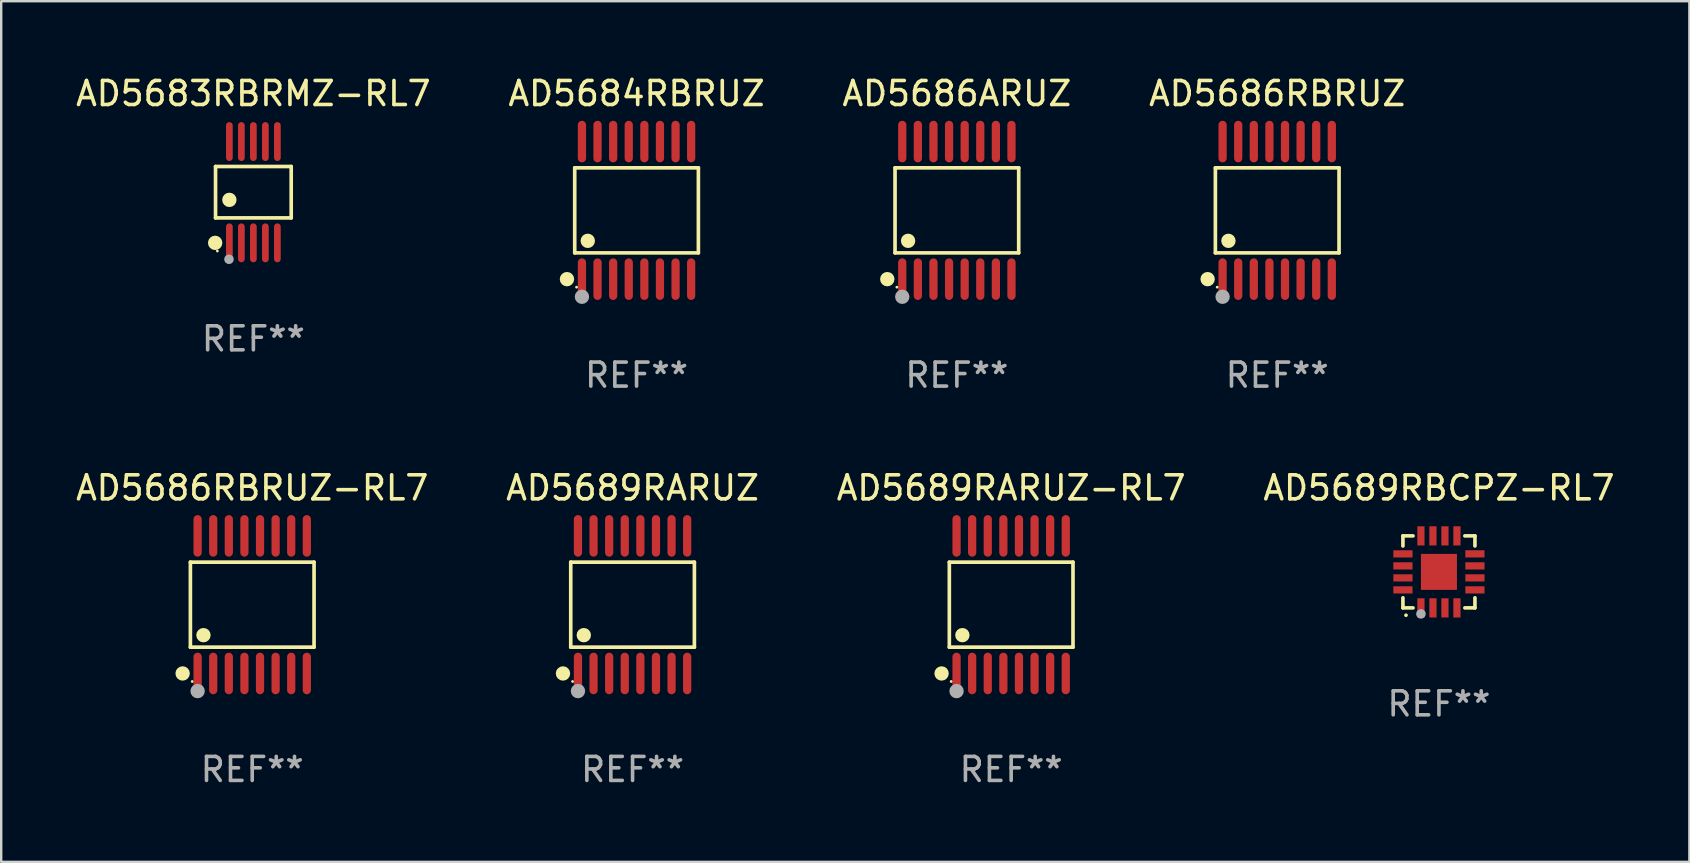
<source format=kicad_pcb>
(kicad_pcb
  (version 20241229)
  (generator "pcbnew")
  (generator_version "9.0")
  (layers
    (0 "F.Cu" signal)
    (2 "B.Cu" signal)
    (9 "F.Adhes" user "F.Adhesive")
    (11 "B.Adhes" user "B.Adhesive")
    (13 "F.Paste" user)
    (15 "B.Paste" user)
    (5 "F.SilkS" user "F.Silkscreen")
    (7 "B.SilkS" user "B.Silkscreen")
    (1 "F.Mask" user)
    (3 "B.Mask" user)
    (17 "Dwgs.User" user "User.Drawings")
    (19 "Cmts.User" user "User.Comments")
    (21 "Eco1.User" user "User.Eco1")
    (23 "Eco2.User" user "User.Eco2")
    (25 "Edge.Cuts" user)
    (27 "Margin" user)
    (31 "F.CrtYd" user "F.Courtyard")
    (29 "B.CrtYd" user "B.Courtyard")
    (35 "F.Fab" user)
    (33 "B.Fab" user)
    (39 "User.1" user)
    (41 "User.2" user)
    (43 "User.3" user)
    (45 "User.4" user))
  (footprint "AD5683RBRMZ-RL7"
    (layer "F.Cu")
    (at 7.506 4.958)
    (property "Reference" "AD5683RBRMZ-RL7" (at 0 -4.11 0) (layer "F.SilkS") (effects (font (size 1 1) (thickness 0.15))))
    (attr through_hole)
    (fp_line (start -1.576 -1.071) (end 1.576 -1.071) (stroke (width 0.152) (type solid)) (layer "F.SilkS"))
    (fp_line (start -1.576 1.071) (end -1.576 -1.071) (stroke (width 0.152) (type solid)) (layer "F.SilkS"))
    (fp_line (start 1.576 -1.071) (end 1.576 1.071) (stroke (width 0.152) (type solid)) (layer "F.SilkS"))
    (fp_line (start 1.576 1.071) (end -1.576 1.071) (stroke (width 0.152) (type solid)) (layer "F.SilkS"))
    (fp_circle (center -1.592 2.11) (end -1.442 2.11) (stroke (width 0.3) (type solid)) (fill no) (layer "F.SilkS"))
    (fp_circle (center -1.5 2.45) (end -1.47 2.45) (stroke (width 0.06) (type solid)) (fill no) (layer "F.SilkS"))
    (fp_circle (center -1 0.319) (end -0.85 0.319) (stroke (width 0.3) (type solid)) (fill no) (layer "F.SilkS"))
    (fp_circle (center -1.016 2.794) (end -0.916 2.794) (stroke (width 0.2) (type solid)) (fill no) (layer "F.Fab"))
    (fp_text user "REF**" (at 0 6.11 0) (layer "F.Fab") (effects (font (size 1 1) (thickness 0.15))))
    (pad "1" smd oval (at -1 2.11) (size 0.28 1.62) (layers "F.Cu" "F.Mask" "F.Paste"))
    (pad "2" smd oval (at -0.5 2.11) (size 0.28 1.62) (layers "F.Cu" "F.Mask" "F.Paste"))
    (pad "3" smd oval (at 0 2.11) (size 0.28 1.62) (layers "F.Cu" "F.Mask" "F.Paste"))
    (pad "4" smd oval (at 0.5 2.11) (size 0.28 1.62) (layers "F.Cu" "F.Mask" "F.Paste"))
    (pad "5" smd oval (at 1 2.11) (size 0.28 1.62) (layers "F.Cu" "F.Mask" "F.Paste"))
    (pad "6" smd oval (at 1 -2.11) (size 0.28 1.62) (layers "F.Cu" "F.Mask" "F.Paste"))
    (pad "7" smd oval (at 0.5 -2.11) (size 0.28 1.62) (layers "F.Cu" "F.Mask" "F.Paste"))
    (pad "8" smd oval (at 0 -2.11) (size 0.28 1.62) (layers "F.Cu" "F.Mask" "F.Paste"))
    (pad "9" smd oval (at -0.5 -2.11) (size 0.28 1.62) (layers "F.Cu" "F.Mask" "F.Paste"))
    (pad "10" smd oval (at -1 -2.11) (size 0.28 1.62) (layers "F.Cu" "F.Mask" "F.Paste")))
  (footprint "AD5689RARUZ-RL7"
    (layer "F.Cu")
    (at 39.077 22.142)
    (property "Reference" "AD5689RARUZ-RL7" (at 0 -4.866 0) (layer "F.SilkS") (effects (font (size 1 1) (thickness 0.15))))
    (attr through_hole)
    (fp_line (start -2.576 -1.772) (end 2.576 -1.772) (stroke (width 0.152) (type solid)) (layer "F.SilkS"))
    (fp_line (start -2.576 1.771) (end -2.576 -1.772) (stroke (width 0.152) (type solid)) (layer "F.SilkS"))
    (fp_line (start 2.576 -1.772) (end 2.576 1.771) (stroke (width 0.152) (type solid)) (layer "F.SilkS"))
    (fp_line (start 2.576 1.771) (end -2.576 1.771) (stroke (width 0.152) (type solid)) (layer "F.SilkS"))
    (fp_circle (center -2.899 2.866) (end -2.749 2.866) (stroke (width 0.3) (type solid)) (fill no) (layer "F.SilkS"))
    (fp_circle (center -2.5 3.2) (end -2.47 3.2) (stroke (width 0.06) (type solid)) (fill no) (layer "F.SilkS"))
    (fp_circle (center -2.032 1.27) (end -1.882 1.27) (stroke (width 0.3) (type solid)) (fill no) (layer "F.SilkS"))
    (fp_circle (center -2.275 3.6) (end -2.125 3.6) (stroke (width 0.3) (type solid)) (fill no) (layer "F.Fab"))
    (fp_text user "REF**" (at 0 6.866 0) (layer "F.Fab") (effects (font (size 1 1) (thickness 0.15))))
    (pad "1" smd oval (at -2.275 2.866) (size 0.343 1.731) (layers "F.Cu" "F.Mask" "F.Paste"))
    (pad "2" smd oval (at -1.625 2.866) (size 0.343 1.731) (layers "F.Cu" "F.Mask" "F.Paste"))
    (pad "3" smd oval (at -0.975 2.866) (size 0.343 1.731) (layers "F.Cu" "F.Mask" "F.Paste"))
    (pad "4" smd oval (at -0.325 2.866) (size 0.343 1.731) (layers "F.Cu" "F.Mask" "F.Paste"))
    (pad "5" smd oval (at 0.325 2.866) (size 0.343 1.731) (layers "F.Cu" "F.Mask" "F.Paste"))
    (pad "6" smd oval (at 0.975 2.866) (size 0.343 1.731) (layers "F.Cu" "F.Mask" "F.Paste"))
    (pad "7" smd oval (at 1.625 2.866) (size 0.343 1.731) (layers "F.Cu" "F.Mask" "F.Paste"))
    (pad "8" smd oval (at 2.275 2.866) (size 0.343 1.731) (layers "F.Cu" "F.Mask" "F.Paste"))
    (pad "9" smd oval (at 2.275 -2.866) (size 0.343 1.731) (layers "F.Cu" "F.Mask" "F.Paste"))
    (pad "10" smd oval (at 1.625 -2.866) (size 0.343 1.731) (layers "F.Cu" "F.Mask" "F.Paste"))
    (pad "11" smd oval (at 0.975 -2.866) (size 0.343 1.731) (layers "F.Cu" "F.Mask" "F.Paste"))
    (pad "12" smd oval (at 0.325 -2.866) (size 0.343 1.731) (layers "F.Cu" "F.Mask" "F.Paste"))
    (pad "13" smd oval (at -0.325 -2.866) (size 0.343 1.731) (layers "F.Cu" "F.Mask" "F.Paste"))
    (pad "14" smd oval (at -0.975 -2.866) (size 0.343 1.731) (layers "F.Cu" "F.Mask" "F.Paste"))
    (pad "15" smd oval (at -1.625 -2.866) (size 0.343 1.731) (layers "F.Cu" "F.Mask" "F.Paste"))
    (pad "16" smd oval (at -2.275 -2.866) (size 0.343 1.731) (layers "F.Cu" "F.Mask" "F.Paste")))
  (footprint "AD5686RBRUZ"
    (layer "F.Cu")
    (at 50.161 5.714)
    (property "Reference" "AD5686RBRUZ" (at 0 -4.866 0) (layer "F.SilkS") (effects (font (size 1 1) (thickness 0.15))))
    (attr through_hole)
    (fp_line (start -2.576 -1.772) (end 2.576 -1.772) (stroke (width 0.152) (type solid)) (layer "F.SilkS"))
    (fp_line (start -2.576 1.771) (end -2.576 -1.772) (stroke (width 0.152) (type solid)) (layer "F.SilkS"))
    (fp_line (start 2.576 -1.772) (end 2.576 1.771) (stroke (width 0.152) (type solid)) (layer "F.SilkS"))
    (fp_line (start 2.576 1.771) (end -2.576 1.771) (stroke (width 0.152) (type solid)) (layer "F.SilkS"))
    (fp_circle (center -2.899 2.866) (end -2.749 2.866) (stroke (width 0.3) (type solid)) (fill no) (layer "F.SilkS"))
    (fp_circle (center -2.5 3.2) (end -2.47 3.2) (stroke (width 0.06) (type solid)) (fill no) (layer "F.SilkS"))
    (fp_circle (center -2.032 1.27) (end -1.882 1.27) (stroke (width 0.3) (type solid)) (fill no) (layer "F.SilkS"))
    (fp_circle (center -2.275 3.6) (end -2.125 3.6) (stroke (width 0.3) (type solid)) (fill no) (layer "F.Fab"))
    (fp_text user "REF**" (at 0 6.866 0) (layer "F.Fab") (effects (font (size 1 1) (thickness 0.15))))
    (pad "1" smd oval (at -2.275 2.866) (size 0.343 1.731) (layers "F.Cu" "F.Mask" "F.Paste"))
    (pad "2" smd oval (at -1.625 2.866) (size 0.343 1.731) (layers "F.Cu" "F.Mask" "F.Paste"))
    (pad "3" smd oval (at -0.975 2.866) (size 0.343 1.731) (layers "F.Cu" "F.Mask" "F.Paste"))
    (pad "4" smd oval (at -0.325 2.866) (size 0.343 1.731) (layers "F.Cu" "F.Mask" "F.Paste"))
    (pad "5" smd oval (at 0.325 2.866) (size 0.343 1.731) (layers "F.Cu" "F.Mask" "F.Paste"))
    (pad "6" smd oval (at 0.975 2.866) (size 0.343 1.731) (layers "F.Cu" "F.Mask" "F.Paste"))
    (pad "7" smd oval (at 1.625 2.866) (size 0.343 1.731) (layers "F.Cu" "F.Mask" "F.Paste"))
    (pad "8" smd oval (at 2.275 2.866) (size 0.343 1.731) (layers "F.Cu" "F.Mask" "F.Paste"))
    (pad "9" smd oval (at 2.275 -2.866) (size 0.343 1.731) (layers "F.Cu" "F.Mask" "F.Paste"))
    (pad "10" smd oval (at 1.625 -2.866) (size 0.343 1.731) (layers "F.Cu" "F.Mask" "F.Paste"))
    (pad "11" smd oval (at 0.975 -2.866) (size 0.343 1.731) (layers "F.Cu" "F.Mask" "F.Paste"))
    (pad "12" smd oval (at 0.325 -2.866) (size 0.343 1.731) (layers "F.Cu" "F.Mask" "F.Paste"))
    (pad "13" smd oval (at -0.325 -2.866) (size 0.343 1.731) (layers "F.Cu" "F.Mask" "F.Paste"))
    (pad "14" smd oval (at -0.975 -2.866) (size 0.343 1.731) (layers "F.Cu" "F.Mask" "F.Paste"))
    (pad "15" smd oval (at -1.625 -2.866) (size 0.343 1.731) (layers "F.Cu" "F.Mask" "F.Paste"))
    (pad "16" smd oval (at -2.275 -2.866) (size 0.343 1.731) (layers "F.Cu" "F.Mask" "F.Paste")))
  (footprint "AD5684RBRUZ"
    (layer "F.Cu")
    (at 23.47 5.714)
    (property "Reference" "AD5684RBRUZ" (at 0 -4.866 0) (layer "F.SilkS") (effects (font (size 1 1) (thickness 0.15))))
    (attr through_hole)
    (fp_line (start -2.576 -1.772) (end 2.576 -1.772) (stroke (width 0.152) (type solid)) (layer "F.SilkS"))
    (fp_line (start -2.576 1.771) (end -2.576 -1.772) (stroke (width 0.152) (type solid)) (layer "F.SilkS"))
    (fp_line (start 2.576 -1.772) (end 2.576 1.771) (stroke (width 0.152) (type solid)) (layer "F.SilkS"))
    (fp_line (start 2.576 1.771) (end -2.576 1.771) (stroke (width 0.152) (type solid)) (layer "F.SilkS"))
    (fp_circle (center -2.899 2.866) (end -2.749 2.866) (stroke (width 0.3) (type solid)) (fill no) (layer "F.SilkS"))
    (fp_circle (center -2.5 3.2) (end -2.47 3.2) (stroke (width 0.06) (type solid)) (fill no) (layer "F.SilkS"))
    (fp_circle (center -2.032 1.27) (end -1.882 1.27) (stroke (width 0.3) (type solid)) (fill no) (layer "F.SilkS"))
    (fp_circle (center -2.275 3.6) (end -2.125 3.6) (stroke (width 0.3) (type solid)) (fill no) (layer "F.Fab"))
    (fp_text user "REF**" (at 0 6.866 0) (layer "F.Fab") (effects (font (size 1 1) (thickness 0.15))))
    (pad "1" smd oval (at -2.275 2.866) (size 0.343 1.731) (layers "F.Cu" "F.Mask" "F.Paste"))
    (pad "2" smd oval (at -1.625 2.866) (size 0.343 1.731) (layers "F.Cu" "F.Mask" "F.Paste"))
    (pad "3" smd oval (at -0.975 2.866) (size 0.343 1.731) (layers "F.Cu" "F.Mask" "F.Paste"))
    (pad "4" smd oval (at -0.325 2.866) (size 0.343 1.731) (layers "F.Cu" "F.Mask" "F.Paste"))
    (pad "5" smd oval (at 0.325 2.866) (size 0.343 1.731) (layers "F.Cu" "F.Mask" "F.Paste"))
    (pad "6" smd oval (at 0.975 2.866) (size 0.343 1.731) (layers "F.Cu" "F.Mask" "F.Paste"))
    (pad "7" smd oval (at 1.625 2.866) (size 0.343 1.731) (layers "F.Cu" "F.Mask" "F.Paste"))
    (pad "8" smd oval (at 2.275 2.866) (size 0.343 1.731) (layers "F.Cu" "F.Mask" "F.Paste"))
    (pad "9" smd oval (at 2.275 -2.866) (size 0.343 1.731) (layers "F.Cu" "F.Mask" "F.Paste"))
    (pad "10" smd oval (at 1.625 -2.866) (size 0.343 1.731) (layers "F.Cu" "F.Mask" "F.Paste"))
    (pad "11" smd oval (at 0.975 -2.866) (size 0.343 1.731) (layers "F.Cu" "F.Mask" "F.Paste"))
    (pad "12" smd oval (at 0.325 -2.866) (size 0.343 1.731) (layers "F.Cu" "F.Mask" "F.Paste"))
    (pad "13" smd oval (at -0.325 -2.866) (size 0.343 1.731) (layers "F.Cu" "F.Mask" "F.Paste"))
    (pad "14" smd oval (at -0.975 -2.866) (size 0.343 1.731) (layers "F.Cu" "F.Mask" "F.Paste"))
    (pad "15" smd oval (at -1.625 -2.866) (size 0.343 1.731) (layers "F.Cu" "F.Mask" "F.Paste"))
    (pad "16" smd oval (at -2.275 -2.866) (size 0.343 1.731) (layers "F.Cu" "F.Mask" "F.Paste")))
  (footprint "AD5686RBRUZ-RL7"
    (layer "F.Cu")
    (at 7.458 22.142)
    (property "Reference" "AD5686RBRUZ-RL7" (at 0 -4.866 0) (layer "F.SilkS") (effects (font (size 1 1) (thickness 0.15))))
    (attr through_hole)
    (fp_line (start -2.576 -1.772) (end 2.576 -1.772) (stroke (width 0.152) (type solid)) (layer "F.SilkS"))
    (fp_line (start -2.576 1.771) (end -2.576 -1.772) (stroke (width 0.152) (type solid)) (layer "F.SilkS"))
    (fp_line (start 2.576 -1.772) (end 2.576 1.771) (stroke (width 0.152) (type solid)) (layer "F.SilkS"))
    (fp_line (start 2.576 1.771) (end -2.576 1.771) (stroke (width 0.152) (type solid)) (layer "F.SilkS"))
    (fp_circle (center -2.899 2.866) (end -2.749 2.866) (stroke (width 0.3) (type solid)) (fill no) (layer "F.SilkS"))
    (fp_circle (center -2.5 3.2) (end -2.47 3.2) (stroke (width 0.06) (type solid)) (fill no) (layer "F.SilkS"))
    (fp_circle (center -2.032 1.27) (end -1.882 1.27) (stroke (width 0.3) (type solid)) (fill no) (layer "F.SilkS"))
    (fp_circle (center -2.275 3.6) (end -2.125 3.6) (stroke (width 0.3) (type solid)) (fill no) (layer "F.Fab"))
    (fp_text user "REF**" (at 0 6.866 0) (layer "F.Fab") (effects (font (size 1 1) (thickness 0.15))))
    (pad "1" smd oval (at -2.275 2.866) (size 0.343 1.731) (layers "F.Cu" "F.Mask" "F.Paste"))
    (pad "2" smd oval (at -1.625 2.866) (size 0.343 1.731) (layers "F.Cu" "F.Mask" "F.Paste"))
    (pad "3" smd oval (at -0.975 2.866) (size 0.343 1.731) (layers "F.Cu" "F.Mask" "F.Paste"))
    (pad "4" smd oval (at -0.325 2.866) (size 0.343 1.731) (layers "F.Cu" "F.Mask" "F.Paste"))
    (pad "5" smd oval (at 0.325 2.866) (size 0.343 1.731) (layers "F.Cu" "F.Mask" "F.Paste"))
    (pad "6" smd oval (at 0.975 2.866) (size 0.343 1.731) (layers "F.Cu" "F.Mask" "F.Paste"))
    (pad "7" smd oval (at 1.625 2.866) (size 0.343 1.731) (layers "F.Cu" "F.Mask" "F.Paste"))
    (pad "8" smd oval (at 2.275 2.866) (size 0.343 1.731) (layers "F.Cu" "F.Mask" "F.Paste"))
    (pad "9" smd oval (at 2.275 -2.866) (size 0.343 1.731) (layers "F.Cu" "F.Mask" "F.Paste"))
    (pad "10" smd oval (at 1.625 -2.866) (size 0.343 1.731) (layers "F.Cu" "F.Mask" "F.Paste"))
    (pad "11" smd oval (at 0.975 -2.866) (size 0.343 1.731) (layers "F.Cu" "F.Mask" "F.Paste"))
    (pad "12" smd oval (at 0.325 -2.866) (size 0.343 1.731) (layers "F.Cu" "F.Mask" "F.Paste"))
    (pad "13" smd oval (at -0.325 -2.866) (size 0.343 1.731) (layers "F.Cu" "F.Mask" "F.Paste"))
    (pad "14" smd oval (at -0.975 -2.866) (size 0.343 1.731) (layers "F.Cu" "F.Mask" "F.Paste"))
    (pad "15" smd oval (at -1.625 -2.866) (size 0.343 1.731) (layers "F.Cu" "F.Mask" "F.Paste"))
    (pad "16" smd oval (at -2.275 -2.866) (size 0.343 1.731) (layers "F.Cu" "F.Mask" "F.Paste")))
  (footprint "AD5686ARUZ"
    (layer "F.Cu")
    (at 36.815 5.714)
    (property "Reference" "AD5686ARUZ" (at 0 -4.866 0) (layer "F.SilkS") (effects (font (size 1 1) (thickness 0.15))))
    (attr through_hole)
    (fp_line (start -2.576 -1.772) (end 2.576 -1.772) (stroke (width 0.152) (type solid)) (layer "F.SilkS"))
    (fp_line (start -2.576 1.771) (end -2.576 -1.772) (stroke (width 0.152) (type solid)) (layer "F.SilkS"))
    (fp_line (start 2.576 -1.772) (end 2.576 1.771) (stroke (width 0.152) (type solid)) (layer "F.SilkS"))
    (fp_line (start 2.576 1.771) (end -2.576 1.771) (stroke (width 0.152) (type solid)) (layer "F.SilkS"))
    (fp_circle (center -2.899 2.866) (end -2.749 2.866) (stroke (width 0.3) (type solid)) (fill no) (layer "F.SilkS"))
    (fp_circle (center -2.5 3.2) (end -2.47 3.2) (stroke (width 0.06) (type solid)) (fill no) (layer "F.SilkS"))
    (fp_circle (center -2.032 1.27) (end -1.882 1.27) (stroke (width 0.3) (type solid)) (fill no) (layer "F.SilkS"))
    (fp_circle (center -2.275 3.6) (end -2.125 3.6) (stroke (width 0.3) (type solid)) (fill no) (layer "F.Fab"))
    (fp_text user "REF**" (at 0 6.866 0) (layer "F.Fab") (effects (font (size 1 1) (thickness 0.15))))
    (pad "1" smd oval (at -2.275 2.866) (size 0.343 1.731) (layers "F.Cu" "F.Mask" "F.Paste"))
    (pad "2" smd oval (at -1.625 2.866) (size 0.343 1.731) (layers "F.Cu" "F.Mask" "F.Paste"))
    (pad "3" smd oval (at -0.975 2.866) (size 0.343 1.731) (layers "F.Cu" "F.Mask" "F.Paste"))
    (pad "4" smd oval (at -0.325 2.866) (size 0.343 1.731) (layers "F.Cu" "F.Mask" "F.Paste"))
    (pad "5" smd oval (at 0.325 2.866) (size 0.343 1.731) (layers "F.Cu" "F.Mask" "F.Paste"))
    (pad "6" smd oval (at 0.975 2.866) (size 0.343 1.731) (layers "F.Cu" "F.Mask" "F.Paste"))
    (pad "7" smd oval (at 1.625 2.866) (size 0.343 1.731) (layers "F.Cu" "F.Mask" "F.Paste"))
    (pad "8" smd oval (at 2.275 2.866) (size 0.343 1.731) (layers "F.Cu" "F.Mask" "F.Paste"))
    (pad "9" smd oval (at 2.275 -2.866) (size 0.343 1.731) (layers "F.Cu" "F.Mask" "F.Paste"))
    (pad "10" smd oval (at 1.625 -2.866) (size 0.343 1.731) (layers "F.Cu" "F.Mask" "F.Paste"))
    (pad "11" smd oval (at 0.975 -2.866) (size 0.343 1.731) (layers "F.Cu" "F.Mask" "F.Paste"))
    (pad "12" smd oval (at 0.325 -2.866) (size 0.343 1.731) (layers "F.Cu" "F.Mask" "F.Paste"))
    (pad "13" smd oval (at -0.325 -2.866) (size 0.343 1.731) (layers "F.Cu" "F.Mask" "F.Paste"))
    (pad "14" smd oval (at -0.975 -2.866) (size 0.343 1.731) (layers "F.Cu" "F.Mask" "F.Paste"))
    (pad "15" smd oval (at -1.625 -2.866) (size 0.343 1.731) (layers "F.Cu" "F.Mask" "F.Paste"))
    (pad "16" smd oval (at -2.275 -2.866) (size 0.343 1.731) (layers "F.Cu" "F.Mask" "F.Paste")))
  (footprint "AD5689RARUZ"
    (layer "F.Cu")
    (at 23.304 22.142)
    (property "Reference" "AD5689RARUZ" (at 0 -4.866 0) (layer "F.SilkS") (effects (font (size 1 1) (thickness 0.15))))
    (attr through_hole)
    (fp_line (start -2.576 -1.772) (end 2.576 -1.772) (stroke (width 0.152) (type solid)) (layer "F.SilkS"))
    (fp_line (start -2.576 1.771) (end -2.576 -1.772) (stroke (width 0.152) (type solid)) (layer "F.SilkS"))
    (fp_line (start 2.576 -1.772) (end 2.576 1.771) (stroke (width 0.152) (type solid)) (layer "F.SilkS"))
    (fp_line (start 2.576 1.771) (end -2.576 1.771) (stroke (width 0.152) (type solid)) (layer "F.SilkS"))
    (fp_circle (center -2.899 2.866) (end -2.749 2.866) (stroke (width 0.3) (type solid)) (fill no) (layer "F.SilkS"))
    (fp_circle (center -2.5 3.2) (end -2.47 3.2) (stroke (width 0.06) (type solid)) (fill no) (layer "F.SilkS"))
    (fp_circle (center -2.032 1.27) (end -1.882 1.27) (stroke (width 0.3) (type solid)) (fill no) (layer "F.SilkS"))
    (fp_circle (center -2.275 3.6) (end -2.125 3.6) (stroke (width 0.3) (type solid)) (fill no) (layer "F.Fab"))
    (fp_text user "REF**" (at 0 6.866 0) (layer "F.Fab") (effects (font (size 1 1) (thickness 0.15))))
    (pad "1" smd oval (at -2.275 2.866) (size 0.343 1.731) (layers "F.Cu" "F.Mask" "F.Paste"))
    (pad "2" smd oval (at -1.625 2.866) (size 0.343 1.731) (layers "F.Cu" "F.Mask" "F.Paste"))
    (pad "3" smd oval (at -0.975 2.866) (size 0.343 1.731) (layers "F.Cu" "F.Mask" "F.Paste"))
    (pad "4" smd oval (at -0.325 2.866) (size 0.343 1.731) (layers "F.Cu" "F.Mask" "F.Paste"))
    (pad "5" smd oval (at 0.325 2.866) (size 0.343 1.731) (layers "F.Cu" "F.Mask" "F.Paste"))
    (pad "6" smd oval (at 0.975 2.866) (size 0.343 1.731) (layers "F.Cu" "F.Mask" "F.Paste"))
    (pad "7" smd oval (at 1.625 2.866) (size 0.343 1.731) (layers "F.Cu" "F.Mask" "F.Paste"))
    (pad "8" smd oval (at 2.275 2.866) (size 0.343 1.731) (layers "F.Cu" "F.Mask" "F.Paste"))
    (pad "9" smd oval (at 2.275 -2.866) (size 0.343 1.731) (layers "F.Cu" "F.Mask" "F.Paste"))
    (pad "10" smd oval (at 1.625 -2.866) (size 0.343 1.731) (layers "F.Cu" "F.Mask" "F.Paste"))
    (pad "11" smd oval (at 0.975 -2.866) (size 0.343 1.731) (layers "F.Cu" "F.Mask" "F.Paste"))
    (pad "12" smd oval (at 0.325 -2.866) (size 0.343 1.731) (layers "F.Cu" "F.Mask" "F.Paste"))
    (pad "13" smd oval (at -0.325 -2.866) (size 0.343 1.731) (layers "F.Cu" "F.Mask" "F.Paste"))
    (pad "14" smd oval (at -0.975 -2.866) (size 0.343 1.731) (layers "F.Cu" "F.Mask" "F.Paste"))
    (pad "15" smd oval (at -1.625 -2.866) (size 0.343 1.731) (layers "F.Cu" "F.Mask" "F.Paste"))
    (pad "16" smd oval (at -2.275 -2.866) (size 0.343 1.731) (layers "F.Cu" "F.Mask" "F.Paste")))
  (footprint "AD5689RBCPZ-RL7"
    (layer "F.Cu")
    (at 56.899 20.776)
    (property "Reference" "AD5689RBCPZ-RL7" (at 0 -3.5 0) (layer "F.SilkS") (effects (font (size 1 1) (thickness 0.15))))
    (attr through_hole)
    (fp_line (start -1.5 -1.5) (end -1.079 -1.5) (stroke (width 0.15) (type solid)) (layer "F.SilkS"))
    (fp_line (start -1.5 -1.079) (end -1.5 -1.5) (stroke (width 0.15) (type solid)) (layer "F.SilkS"))
    (fp_line (start -1.5 1.5) (end -1.5 1.079) (stroke (width 0.15) (type solid)) (layer "F.SilkS"))
    (fp_line (start -1.5 1.5) (end -1.079 1.5) (stroke (width 0.15) (type solid)) (layer "F.SilkS"))
    (fp_line (start 1.079 -1.5) (end 1.5 -1.5) (stroke (width 0.15) (type solid)) (layer "F.SilkS"))
    (fp_line (start 1.079 1.5) (end 1.5 1.5) (stroke (width 0.15) (type solid)) (layer "F.SilkS"))
    (fp_line (start 1.5 -1.08) (end 1.5 -1.5) (stroke (width 0.15) (type solid)) (layer "F.SilkS"))
    (fp_line (start 1.5 1.5) (end 1.5 1.079) (stroke (width 0.15) (type solid)) (layer "F.SilkS"))
    (fp_arc (start -1.372885 1.805398) (mid -1.371615 1.805392) (end -1.370345 1.805398) (stroke (width 0.150114) (type solid)) (layer "F.SilkS"))
    (fp_circle (center -1.5 1.5) (end -1.47 1.5) (stroke (width 0.06) (type solid)) (fill no) (layer "F.SilkS"))
    (fp_circle (center -0.75 1.75) (end -0.65 1.75) (stroke (width 0.2) (type solid)) (fill no) (layer "F.Fab"))
    (fp_text user "REF**" (at 0 5.5 0) (layer "F.Fab") (effects (font (size 1 1) (thickness 0.15))))
    (pad "1" smd rect (at -0.75 1.5) (size 0.3 0.8) (layers "F.Cu" "F.Mask" "F.Paste"))
    (pad "2" smd rect (at -0.249 1.5) (size 0.3 0.8) (layers "F.Cu" "F.Mask" "F.Paste"))
    (pad "3" smd rect (at 0.25 1.5) (size 0.3 0.8) (layers "F.Cu" "F.Mask" "F.Paste"))
    (pad "4" smd rect (at 0.75 1.5) (size 0.3 0.8) (layers "F.Cu" "F.Mask" "F.Paste"))
    (pad "5" smd rect (at 1.5 0.75) (size 0.8 0.3) (layers "F.Cu" "F.Mask" "F.Paste"))
    (pad "6" smd rect (at 1.5 0.25) (size 0.8 0.3) (layers "F.Cu" "F.Mask" "F.Paste"))
    (pad "7" smd rect (at 1.5 -0.25) (size 0.8 0.3) (layers "F.Cu" "F.Mask" "F.Paste"))
    (pad "8" smd rect (at 1.498 -0.751) (size 0.8 0.3) (layers "F.Cu" "F.Mask" "F.Paste"))
    (pad "9" smd rect (at 0.75 -1.5) (size 0.3 0.8) (layers "F.Cu" "F.Mask" "F.Paste"))
    (pad "10" smd rect (at 0.25 -1.5) (size 0.3 0.8) (layers "F.Cu" "F.Mask" "F.Paste"))
    (pad "11" smd rect (at -0.25 -1.5) (size 0.3 0.8) (layers "F.Cu" "F.Mask" "F.Paste"))
    (pad "12" smd rect (at -0.75 -1.5) (size 0.3 0.8) (layers "F.Cu" "F.Mask" "F.Paste"))
    (pad "13" smd rect (at -1.5 -0.75) (size 0.8 0.3) (layers "F.Cu" "F.Mask" "F.Paste"))
    (pad "14" smd rect (at -1.5 -0.25) (size 0.8 0.3) (layers "F.Cu" "F.Mask" "F.Paste"))
    (pad "15" smd rect (at -1.5 0.25) (size 0.8 0.3) (layers "F.Cu" "F.Mask" "F.Paste"))
    (pad "16" smd rect (at -1.5 0.75) (size 0.8 0.3) (layers "F.Cu" "F.Mask" "F.Paste"))
    (pad "17" smd rect (at -0.000114 0.00014 180) (size 1.5 1.5) (layers "F.Cu" "F.Mask" "F.Paste")))
  (gr_rect
    (start -3 -3)
    (end 67.333 32.856)
    (stroke (width 0.1) (type default))
    (fill no)
    (layer "Edge.Cuts")))
</source>
